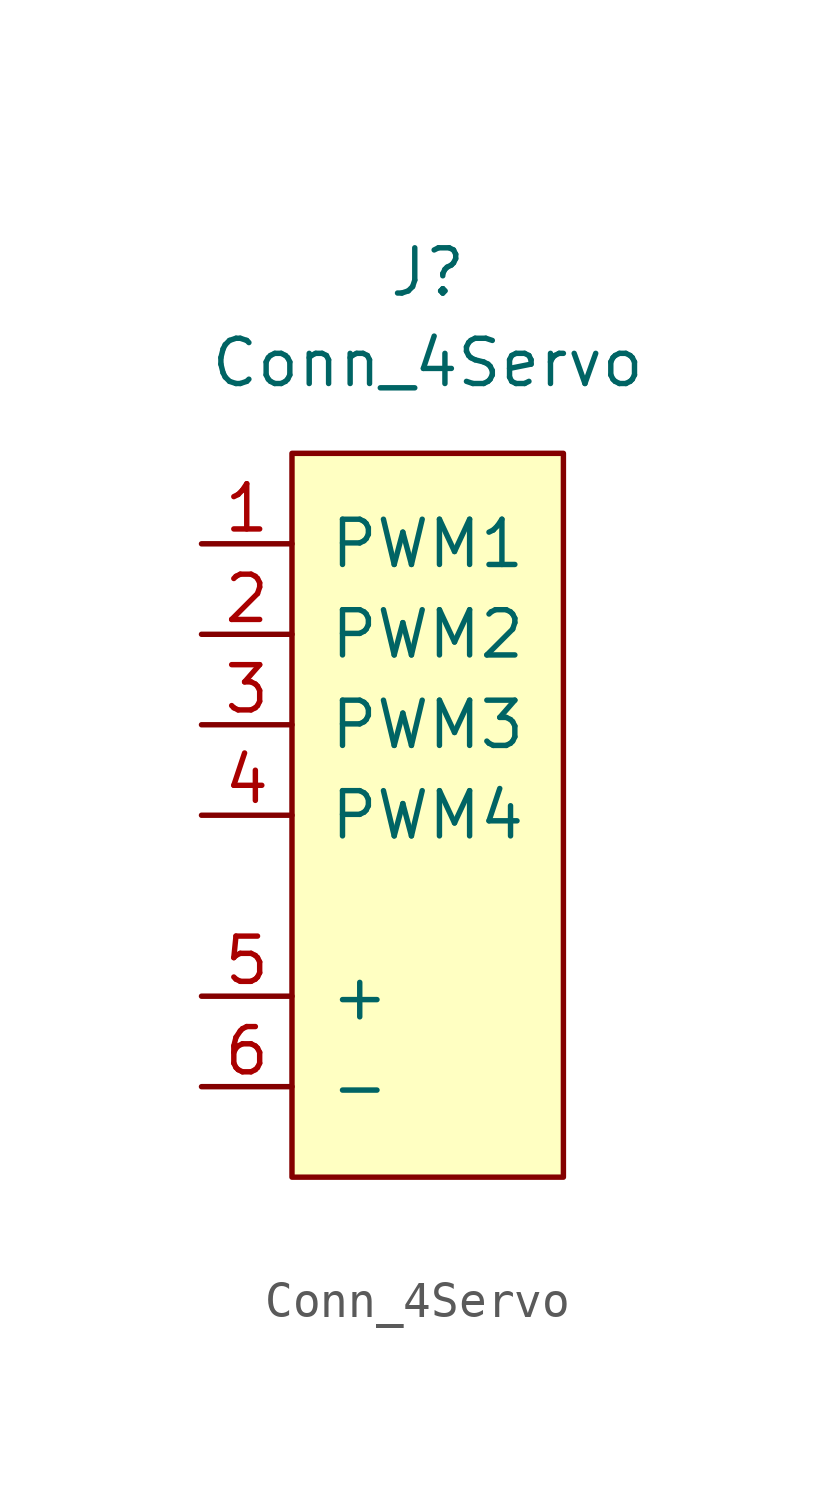
<source format=kicad_sym>
(kicad_symbol_lib
  (version 20211014)
  (generator kicad_symbol_editor)
  (symbol "Conn_4Servo"
    (pin_names
      (offset 1.016))
    (property "Reference" "J"
      (at 0 13.97 0)
      (effects (font (size 1.27 1.27))))
    (property "Value" "Conn_4Servo"
      (at 0 11.43 0)
      (effects (font (size 1.27 1.27))))
    (symbol "Conn_4Servo_0_1"
      (rectangle (start -3.81 8.89) (end 3.81 -11.43) (stroke (width 0) (type default) (color 0 0 0 0)) (fill (type background))))
    (symbol "Conn_4Servo_1_1"
      (pin input line (at -6.35 6.35 0) (length 2.54) (name "PWM1" (effects (font (size 1.27 1.27)))) (number "1" (effects (font (size 1.27 1.27)))))
      (pin input line (at -6.35 3.81 0) (length 2.54) (name "PWM2" (effects (font (size 1.27 1.27)))) (number "2" (effects (font (size 1.27 1.27)))))
      (pin input line (at -6.35 1.27 0) (length 2.54) (name "PWM3" (effects (font (size 1.27 1.27)))) (number "3" (effects (font (size 1.27 1.27)))))
      (pin input line (at -6.35 -1.27 0) (length 2.54) (name "PWM4" (effects (font (size 1.27 1.27)))) (number "4" (effects (font (size 1.27 1.27)))))
      (pin power_in line (at -6.35 -6.35 0) (length 2.54) (name "+" (effects (font (size 1.27 1.27)))) (number "5" (effects (font (size 1.27 1.27)))))
      (pin power_in line (at -6.35 -8.89 0) (length 2.54) (name "-" (effects (font (size 1.27 1.27)))) (number "6" (effects (font (size 1.27 1.27))))))))
</source>
